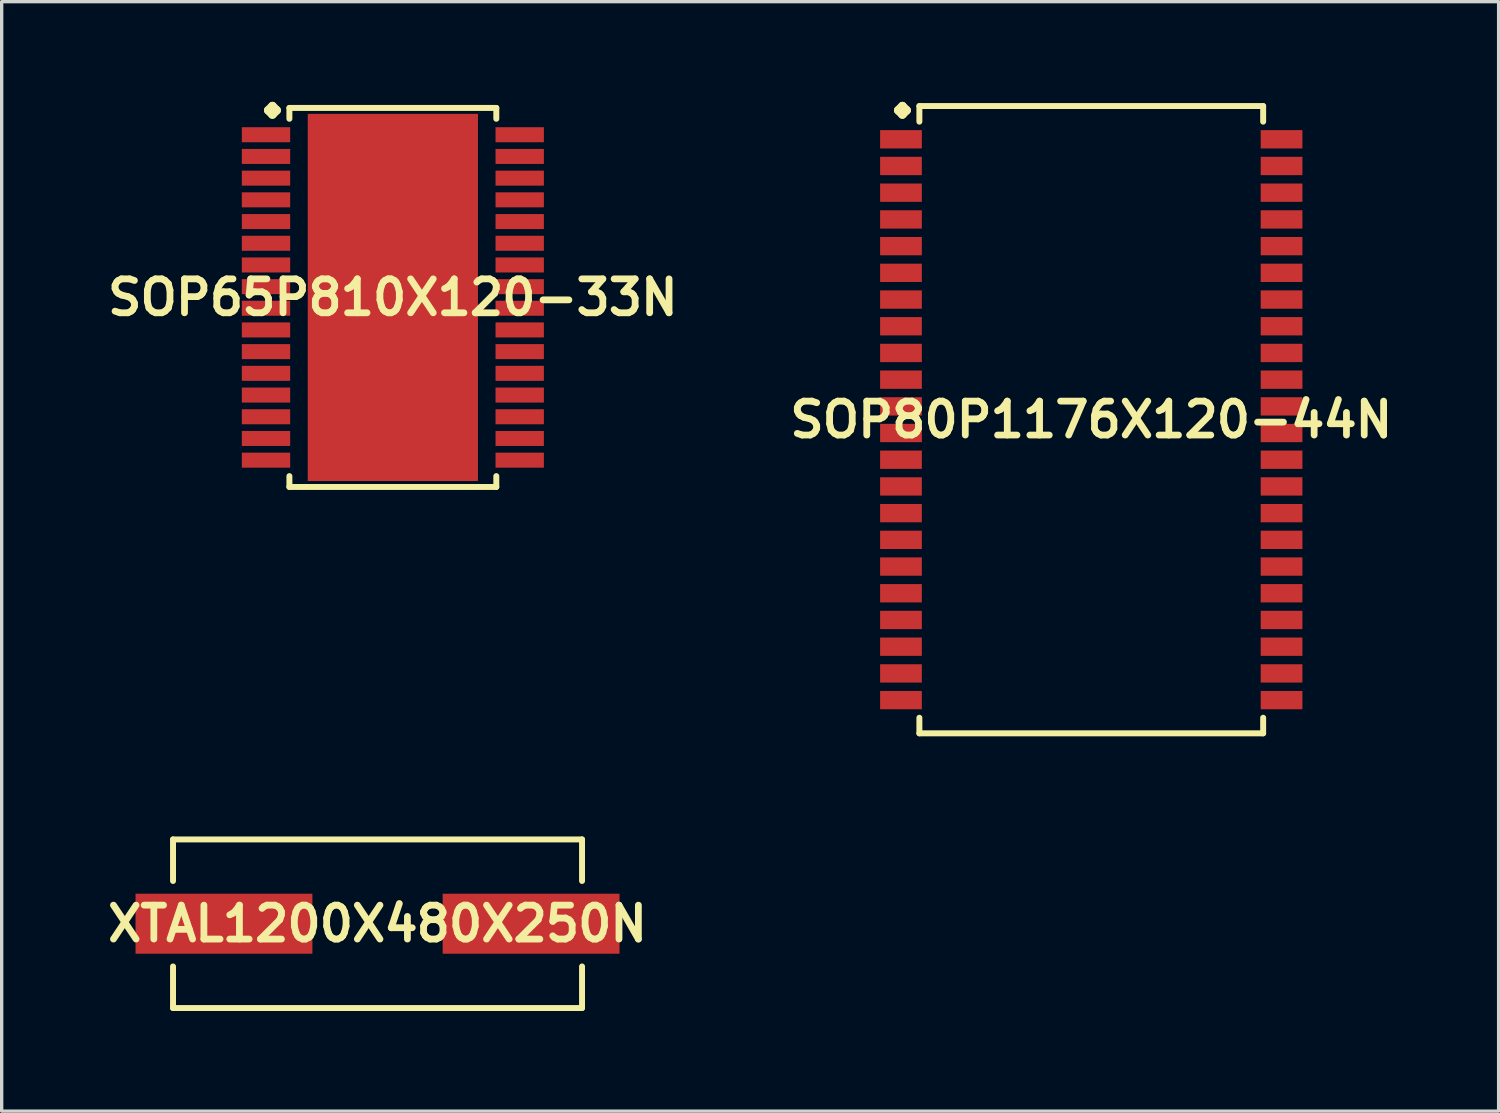
<source format=kicad_pcb>
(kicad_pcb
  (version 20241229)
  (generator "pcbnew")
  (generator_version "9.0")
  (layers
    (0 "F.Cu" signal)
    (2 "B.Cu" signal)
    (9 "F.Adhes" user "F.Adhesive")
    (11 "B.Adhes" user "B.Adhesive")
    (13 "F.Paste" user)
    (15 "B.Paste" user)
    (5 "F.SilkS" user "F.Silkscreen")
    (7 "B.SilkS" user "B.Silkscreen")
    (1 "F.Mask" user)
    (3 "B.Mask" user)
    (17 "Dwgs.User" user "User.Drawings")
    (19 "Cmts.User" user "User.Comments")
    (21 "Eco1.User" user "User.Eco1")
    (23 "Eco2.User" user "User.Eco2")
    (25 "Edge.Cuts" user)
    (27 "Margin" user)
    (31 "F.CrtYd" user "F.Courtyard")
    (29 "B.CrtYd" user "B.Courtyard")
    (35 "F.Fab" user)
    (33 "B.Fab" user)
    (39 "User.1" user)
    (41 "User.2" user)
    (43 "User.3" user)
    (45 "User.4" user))
  (footprint "SOP65P810X120-33N"
    (layer "F.Cu")
    (at 8.718 5.86)
    (property "Reference" "SOP65P810X120-33N" (at 0 0 0) (layer "F.SilkS") (effects (font (size 1.016 1.016) (thickness 0.203))))
    (attr smd)
    (fp_line (start -3.734 -5.606) (end -3.607 -5.733) (stroke (width 0.254) (type solid)) (layer "F.SilkS"))
    (fp_line (start -3.607 -5.733) (end -3.48 -5.606) (stroke (width 0.254) (type solid)) (layer "F.SilkS"))
    (fp_line (start -3.607 -5.479) (end -3.734 -5.606) (stroke (width 0.254) (type solid)) (layer "F.SilkS"))
    (fp_line (start -3.48 -5.606) (end -3.607 -5.479) (stroke (width 0.254) (type solid)) (layer "F.SilkS"))
    (fp_line (start -3.099 -5.677) (end 3.099 -5.677) (stroke (width 0.178) (type solid)) (layer "F.SilkS"))
    (fp_line (start -3.099 -5.352) (end -3.099 -5.677) (stroke (width 0.178) (type solid)) (layer "F.SilkS"))
    (fp_line (start -3.099 5.352) (end -3.099 5.677) (stroke (width 0.178) (type solid)) (layer "F.SilkS"))
    (fp_line (start -3.099 5.677) (end 3.099 5.677) (stroke (width 0.178) (type solid)) (layer "F.SilkS"))
    (fp_line (start 3.099 -5.677) (end 3.099 -5.352) (stroke (width 0.178) (type solid)) (layer "F.SilkS"))
    (fp_line (start 3.099 5.677) (end 3.099 5.352) (stroke (width 0.178) (type solid)) (layer "F.SilkS"))
    (pad "1" smd rect (at -3.8 -4.874) (size 1.448 0.45) (layers "F.Cu" "F.Mask" "F.Paste"))
    (pad "2" smd rect (at -3.8 -4.224) (size 1.448 0.45) (layers "F.Cu" "F.Mask" "F.Paste"))
    (pad "3" smd rect (at -3.8 -3.574) (size 1.448 0.45) (layers "F.Cu" "F.Mask" "F.Paste"))
    (pad "4" smd rect (at -3.8 -2.924) (size 1.448 0.45) (layers "F.Cu" "F.Mask" "F.Paste"))
    (pad "5" smd rect (at -3.8 -2.273) (size 1.448 0.45) (layers "F.Cu" "F.Mask" "F.Paste"))
    (pad "6" smd rect (at -3.8 -1.623) (size 1.448 0.45) (layers "F.Cu" "F.Mask" "F.Paste"))
    (pad "7" smd rect (at -3.8 -0.973) (size 1.448 0.45) (layers "F.Cu" "F.Mask" "F.Paste"))
    (pad "8" smd rect (at -3.8 -0.323) (size 1.448 0.45) (layers "F.Cu" "F.Mask" "F.Paste"))
    (pad "9" smd rect (at -3.8 0.323) (size 1.448 0.45) (layers "F.Cu" "F.Mask" "F.Paste"))
    (pad "10" smd rect (at -3.8 0.973) (size 1.448 0.45) (layers "F.Cu" "F.Mask" "F.Paste"))
    (pad "11" smd rect (at -3.8 1.623) (size 1.448 0.45) (layers "F.Cu" "F.Mask" "F.Paste"))
    (pad "12" smd rect (at -3.8 2.273) (size 1.448 0.45) (layers "F.Cu" "F.Mask" "F.Paste"))
    (pad "13" smd rect (at -3.8 2.924) (size 1.448 0.45) (layers "F.Cu" "F.Mask" "F.Paste"))
    (pad "14" smd rect (at -3.8 3.574) (size 1.448 0.45) (layers "F.Cu" "F.Mask" "F.Paste"))
    (pad "15" smd rect (at -3.8 4.224) (size 1.448 0.45) (layers "F.Cu" "F.Mask" "F.Paste"))
    (pad "16" smd rect (at -3.8 4.874) (size 1.448 0.45) (layers "F.Cu" "F.Mask" "F.Paste"))
    (pad "17" smd rect (at 3.8 4.874) (size 1.448 0.45) (layers "F.Cu" "F.Mask" "F.Paste"))
    (pad "18" smd rect (at 3.8 4.224) (size 1.448 0.45) (layers "F.Cu" "F.Mask" "F.Paste"))
    (pad "19" smd rect (at 3.8 3.574) (size 1.448 0.45) (layers "F.Cu" "F.Mask" "F.Paste"))
    (pad "20" smd rect (at 3.8 2.924) (size 1.448 0.45) (layers "F.Cu" "F.Mask" "F.Paste"))
    (pad "21" smd rect (at 3.8 2.273) (size 1.448 0.45) (layers "F.Cu" "F.Mask" "F.Paste"))
    (pad "22" smd rect (at 3.8 1.623) (size 1.448 0.45) (layers "F.Cu" "F.Mask" "F.Paste"))
    (pad "23" smd rect (at 3.8 0.973) (size 1.448 0.45) (layers "F.Cu" "F.Mask" "F.Paste"))
    (pad "24" smd rect (at 3.8 0.323) (size 1.448 0.45) (layers "F.Cu" "F.Mask" "F.Paste"))
    (pad "25" smd rect (at 3.8 -0.323) (size 1.448 0.45) (layers "F.Cu" "F.Mask" "F.Paste"))
    (pad "26" smd rect (at 3.8 -0.973) (size 1.448 0.45) (layers "F.Cu" "F.Mask" "F.Paste"))
    (pad "27" smd rect (at 3.8 -1.623) (size 1.448 0.45) (layers "F.Cu" "F.Mask" "F.Paste"))
    (pad "28" smd rect (at 3.8 -2.273) (size 1.448 0.45) (layers "F.Cu" "F.Mask" "F.Paste"))
    (pad "29" smd rect (at 3.8 -2.924) (size 1.448 0.45) (layers "F.Cu" "F.Mask" "F.Paste"))
    (pad "30" smd rect (at 3.8 -3.574) (size 1.448 0.45) (layers "F.Cu" "F.Mask" "F.Paste"))
    (pad "31" smd rect (at 3.8 -4.224) (size 1.448 0.45) (layers "F.Cu" "F.Mask" "F.Paste"))
    (pad "32" smd rect (at 3.8 -4.874) (size 1.448 0.45) (layers "F.Cu" "F.Mask" "F.Paste"))
    (pad "33" smd rect (at 0 0) (size 5.098 10.998) (layers "F.Cu" "F.Mask" "F.Paste")))
  (footprint "XTAL1200X480X250N"
    (layer "F.Cu")
    (at 8.259 24.62)
    (property "Reference" "XTAL1200X480X250N" (at 0 0 0) (layer "F.SilkS") (effects (font (size 1.016 1.016) (thickness 0.203))))
    (attr smd)
    (fp_line (start -6.126 -2.525) (end 6.126 -2.525) (stroke (width 0.178) (type solid)) (layer "F.SilkS"))
    (fp_line (start -6.126 -1.28) (end -6.126 -2.525) (stroke (width 0.178) (type solid)) (layer "F.SilkS"))
    (fp_line (start -6.126 1.28) (end -6.126 2.525) (stroke (width 0.178) (type solid)) (layer "F.SilkS"))
    (fp_line (start -6.126 2.525) (end 6.126 2.525) (stroke (width 0.178) (type solid)) (layer "F.SilkS"))
    (fp_line (start 6.126 -2.525) (end 6.126 -1.28) (stroke (width 0.178) (type solid)) (layer "F.SilkS"))
    (fp_line (start 6.126 2.525) (end 6.126 1.28) (stroke (width 0.178) (type solid)) (layer "F.SilkS"))
    (pad "1" smd rect (at -4.6 0) (size 5.298 1.798) (layers "F.Cu" "F.Mask" "F.Paste"))
    (pad "2" smd rect (at 4.6 0) (size 5.298 1.798) (layers "F.Cu" "F.Mask" "F.Paste")))
  (footprint "SOP80P1176X120-44N"
    (layer "F.Cu")
    (at 29.639 9.522)
    (property "Reference" "SOP80P1176X120-44N" (at 0 0 0) (layer "F.SilkS") (effects (font (size 1.016 1.016) (thickness 0.203))))
    (attr smd)
    (fp_line (start -5.784 -9.268) (end -5.657 -9.395) (stroke (width 0.254) (type solid)) (layer "F.SilkS"))
    (fp_line (start -5.657 -9.395) (end -5.53 -9.268) (stroke (width 0.254) (type solid)) (layer "F.SilkS"))
    (fp_line (start -5.657 -9.141) (end -5.784 -9.268) (stroke (width 0.254) (type solid)) (layer "F.SilkS"))
    (fp_line (start -5.53 -9.268) (end -5.657 -9.141) (stroke (width 0.254) (type solid)) (layer "F.SilkS"))
    (fp_line (start -5.149 -9.395) (end 5.149 -9.395) (stroke (width 0.178) (type solid)) (layer "F.SilkS"))
    (fp_line (start -5.149 -8.928) (end -5.149 -9.395) (stroke (width 0.178) (type solid)) (layer "F.SilkS"))
    (fp_line (start -5.149 8.928) (end -5.149 9.395) (stroke (width 0.178) (type solid)) (layer "F.SilkS"))
    (fp_line (start -5.149 9.395) (end 5.149 9.395) (stroke (width 0.178) (type solid)) (layer "F.SilkS"))
    (fp_line (start 5.149 -9.395) (end 5.149 -8.928) (stroke (width 0.178) (type solid)) (layer "F.SilkS"))
    (fp_line (start 5.149 9.395) (end 5.149 8.928) (stroke (width 0.178) (type solid)) (layer "F.SilkS"))
    (pad "1" smd rect (at -5.7 -8.4) (size 1.25 0.549) (layers "F.Cu" "F.Mask" "F.Paste"))
    (pad "2" smd rect (at -5.7 -7.6) (size 1.25 0.549) (layers "F.Cu" "F.Mask" "F.Paste"))
    (pad "3" smd rect (at -5.7 -6.8) (size 1.25 0.549) (layers "F.Cu" "F.Mask" "F.Paste"))
    (pad "4" smd rect (at -5.7 -5.999) (size 1.25 0.549) (layers "F.Cu" "F.Mask" "F.Paste"))
    (pad "5" smd rect (at -5.7 -5.199) (size 1.25 0.549) (layers "F.Cu" "F.Mask" "F.Paste"))
    (pad "6" smd rect (at -5.7 -4.399) (size 1.25 0.549) (layers "F.Cu" "F.Mask" "F.Paste"))
    (pad "7" smd rect (at -5.7 -3.599) (size 1.25 0.549) (layers "F.Cu" "F.Mask" "F.Paste"))
    (pad "8" smd rect (at -5.7 -2.799) (size 1.25 0.549) (layers "F.Cu" "F.Mask" "F.Paste"))
    (pad "9" smd rect (at -5.7 -1.999) (size 1.25 0.549) (layers "F.Cu" "F.Mask" "F.Paste"))
    (pad "10" smd rect (at -5.7 -1.199) (size 1.25 0.549) (layers "F.Cu" "F.Mask" "F.Paste"))
    (pad "11" smd rect (at -5.7 -0.399) (size 1.25 0.549) (layers "F.Cu" "F.Mask" "F.Paste"))
    (pad "12" smd rect (at -5.7 0.399) (size 1.25 0.549) (layers "F.Cu" "F.Mask" "F.Paste"))
    (pad "13" smd rect (at -5.7 1.199) (size 1.25 0.549) (layers "F.Cu" "F.Mask" "F.Paste"))
    (pad "14" smd rect (at -5.7 1.999) (size 1.25 0.549) (layers "F.Cu" "F.Mask" "F.Paste"))
    (pad "15" smd rect (at -5.7 2.799) (size 1.25 0.549) (layers "F.Cu" "F.Mask" "F.Paste"))
    (pad "16" smd rect (at -5.7 3.599) (size 1.25 0.549) (layers "F.Cu" "F.Mask" "F.Paste"))
    (pad "17" smd rect (at -5.7 4.399) (size 1.25 0.549) (layers "F.Cu" "F.Mask" "F.Paste"))
    (pad "18" smd rect (at -5.7 5.199) (size 1.25 0.549) (layers "F.Cu" "F.Mask" "F.Paste"))
    (pad "19" smd rect (at -5.7 5.999) (size 1.25 0.549) (layers "F.Cu" "F.Mask" "F.Paste"))
    (pad "20" smd rect (at -5.7 6.8) (size 1.25 0.549) (layers "F.Cu" "F.Mask" "F.Paste"))
    (pad "21" smd rect (at -5.7 7.6) (size 1.25 0.549) (layers "F.Cu" "F.Mask" "F.Paste"))
    (pad "22" smd rect (at -5.7 8.4) (size 1.25 0.549) (layers "F.Cu" "F.Mask" "F.Paste"))
    (pad "23" smd rect (at 5.7 8.4) (size 1.25 0.549) (layers "F.Cu" "F.Mask" "F.Paste"))
    (pad "24" smd rect (at 5.7 7.6) (size 1.25 0.549) (layers "F.Cu" "F.Mask" "F.Paste"))
    (pad "25" smd rect (at 5.7 6.8) (size 1.25 0.549) (layers "F.Cu" "F.Mask" "F.Paste"))
    (pad "26" smd rect (at 5.7 5.999) (size 1.25 0.549) (layers "F.Cu" "F.Mask" "F.Paste"))
    (pad "27" smd rect (at 5.7 5.199) (size 1.25 0.549) (layers "F.Cu" "F.Mask" "F.Paste"))
    (pad "28" smd rect (at 5.7 4.399) (size 1.25 0.549) (layers "F.Cu" "F.Mask" "F.Paste"))
    (pad "29" smd rect (at 5.7 3.599) (size 1.25 0.549) (layers "F.Cu" "F.Mask" "F.Paste"))
    (pad "30" smd rect (at 5.7 2.799) (size 1.25 0.549) (layers "F.Cu" "F.Mask" "F.Paste"))
    (pad "31" smd rect (at 5.7 1.999) (size 1.25 0.549) (layers "F.Cu" "F.Mask" "F.Paste"))
    (pad "32" smd rect (at 5.7 1.199) (size 1.25 0.549) (layers "F.Cu" "F.Mask" "F.Paste"))
    (pad "33" smd rect (at 5.7 0.399) (size 1.25 0.549) (layers "F.Cu" "F.Mask" "F.Paste"))
    (pad "34" smd rect (at 5.7 -0.399) (size 1.25 0.549) (layers "F.Cu" "F.Mask" "F.Paste"))
    (pad "35" smd rect (at 5.7 -1.199) (size 1.25 0.549) (layers "F.Cu" "F.Mask" "F.Paste"))
    (pad "36" smd rect (at 5.7 -1.999) (size 1.25 0.549) (layers "F.Cu" "F.Mask" "F.Paste"))
    (pad "37" smd rect (at 5.7 -2.799) (size 1.25 0.549) (layers "F.Cu" "F.Mask" "F.Paste"))
    (pad "38" smd rect (at 5.7 -3.599) (size 1.25 0.549) (layers "F.Cu" "F.Mask" "F.Paste"))
    (pad "39" smd rect (at 5.7 -4.399) (size 1.25 0.549) (layers "F.Cu" "F.Mask" "F.Paste"))
    (pad "40" smd rect (at 5.7 -5.199) (size 1.25 0.549) (layers "F.Cu" "F.Mask" "F.Paste"))
    (pad "41" smd rect (at 5.7 -5.999) (size 1.25 0.549) (layers "F.Cu" "F.Mask" "F.Paste"))
    (pad "42" smd rect (at 5.7 -6.8) (size 1.25 0.549) (layers "F.Cu" "F.Mask" "F.Paste"))
    (pad "43" smd rect (at 5.7 -7.6) (size 1.25 0.549) (layers "F.Cu" "F.Mask" "F.Paste"))
    (pad "44" smd rect (at 5.7 -8.4) (size 1.25 0.549) (layers "F.Cu" "F.Mask" "F.Paste")))
  (gr_rect
    (start -3 -3)
    (end 41.841 30.234)
    (stroke (width 0.1) (type default))
    (fill no)
    (layer "Edge.Cuts")))
</source>
